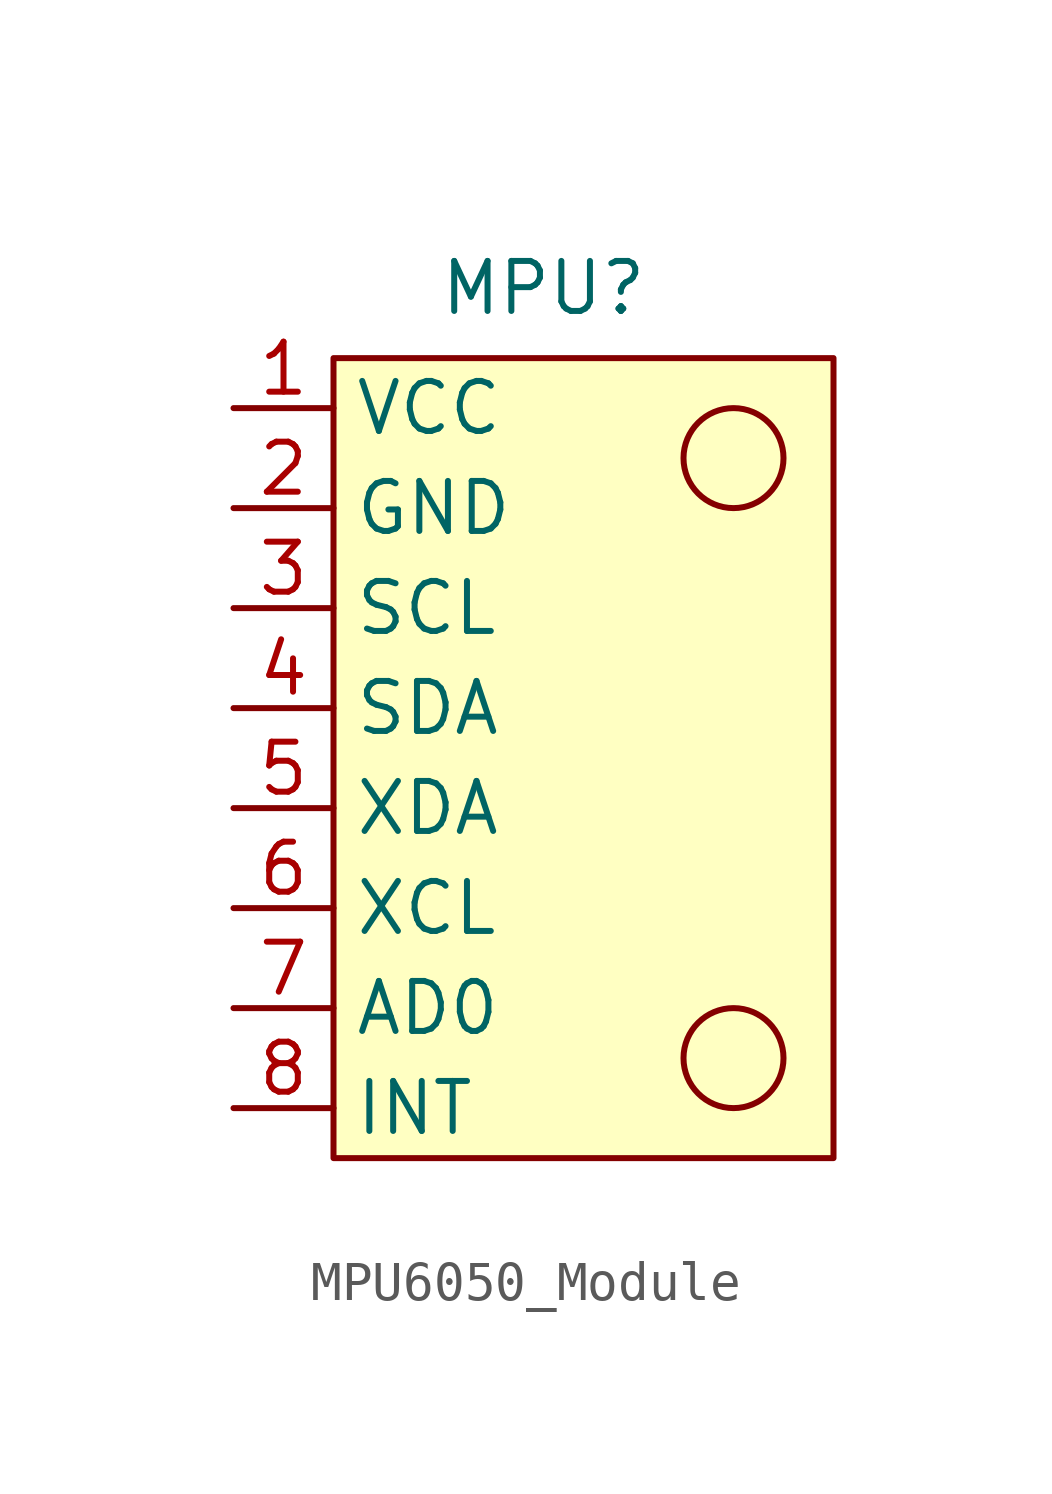
<source format=kicad_sym>
(kicad_symbol_lib
  (version 20231120)
  (generator "kicad_symbol_editor")
  (generator_version "8.0")
  (symbol "MPU6050_Module"
    (property "Reference" "MPU"
      (at -1.016 11.938 0)
      (effects (font (size 1.27 1.27))))
    (property "Value" ""
      (at -2.54 7.62 0)
      (effects (font (size 1.27 1.27))))
    (symbol "MPU6050_Module_0_1"
      (circle (center 3.81 -7.62) (radius 1.27) (stroke (width 0) (type default)) (fill (type none)))
      (circle (center 3.81 7.62) (radius 1.27) (stroke (width 0) (type default)) (fill (type none))))
    (symbol "MPU6050_Module_1_1"
      (rectangle (start -6.35 10.16) (end 6.35 -10.16) (stroke (width 0) (type default)) (fill (type background)))
      (pin power_in line (at -8.89 8.89 0) (length 2.54) (name "VCC" (effects (font (size 1.27 1.27)))) (number "1" (effects (font (size 1.27 1.27)))))
      (pin power_in line (at -8.89 6.35 0) (length 2.54) (name "GND" (effects (font (size 1.27 1.27)))) (number "2" (effects (font (size 1.27 1.27)))))
      (pin bidirectional line (at -8.89 3.81 0) (length 2.54) (name "SCL" (effects (font (size 1.27 1.27)))) (number "3" (effects (font (size 1.27 1.27)))))
      (pin bidirectional line (at -8.89 1.27 0) (length 2.54) (name "SDA" (effects (font (size 1.27 1.27)))) (number "4" (effects (font (size 1.27 1.27)))))
      (pin bidirectional line (at -8.89 -1.27 0) (length 2.54) (name "XDA" (effects (font (size 1.27 1.27)))) (number "5" (effects (font (size 1.27 1.27)))))
      (pin bidirectional line (at -8.89 -3.81 0) (length 2.54) (name "XCL" (effects (font (size 1.27 1.27)))) (number "6" (effects (font (size 1.27 1.27)))))
      (pin bidirectional line (at -8.89 -6.35 0) (length 2.54) (name "AD0" (effects (font (size 1.27 1.27)))) (number "7" (effects (font (size 1.27 1.27)))))
      (pin output line (at -8.89 -8.89 0) (length 2.54) (name "INT" (effects (font (size 1.27 1.27)))) (number "8" (effects (font (size 1.27 1.27))))))))
</source>
